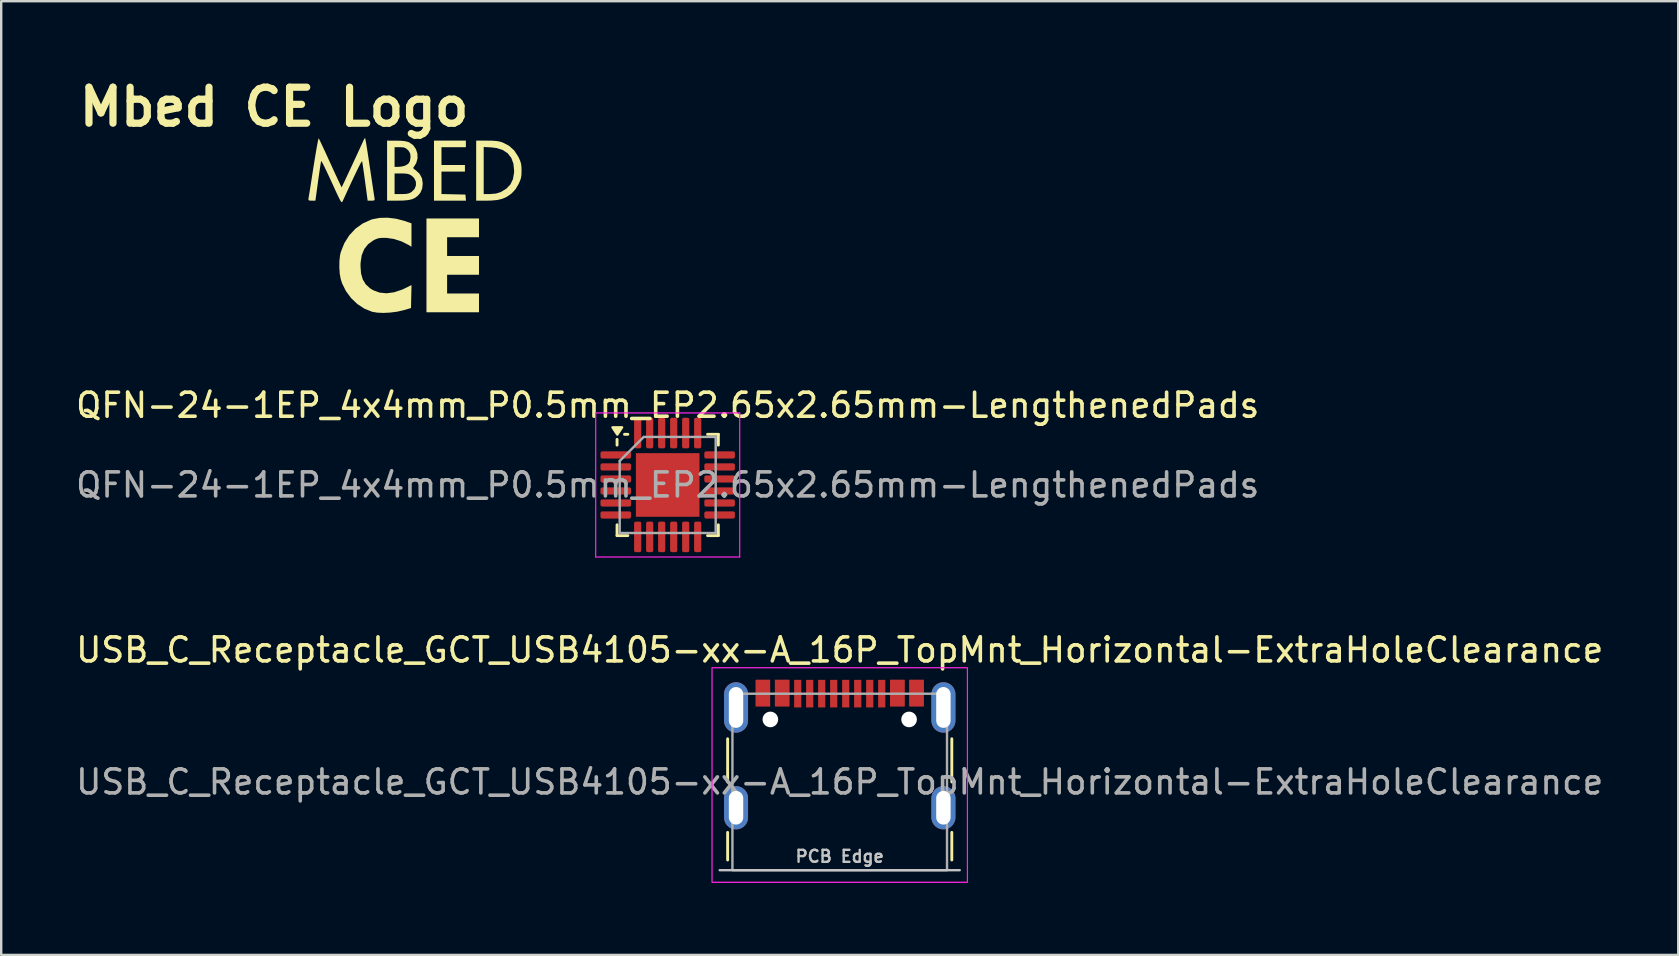
<source format=kicad_pcb>
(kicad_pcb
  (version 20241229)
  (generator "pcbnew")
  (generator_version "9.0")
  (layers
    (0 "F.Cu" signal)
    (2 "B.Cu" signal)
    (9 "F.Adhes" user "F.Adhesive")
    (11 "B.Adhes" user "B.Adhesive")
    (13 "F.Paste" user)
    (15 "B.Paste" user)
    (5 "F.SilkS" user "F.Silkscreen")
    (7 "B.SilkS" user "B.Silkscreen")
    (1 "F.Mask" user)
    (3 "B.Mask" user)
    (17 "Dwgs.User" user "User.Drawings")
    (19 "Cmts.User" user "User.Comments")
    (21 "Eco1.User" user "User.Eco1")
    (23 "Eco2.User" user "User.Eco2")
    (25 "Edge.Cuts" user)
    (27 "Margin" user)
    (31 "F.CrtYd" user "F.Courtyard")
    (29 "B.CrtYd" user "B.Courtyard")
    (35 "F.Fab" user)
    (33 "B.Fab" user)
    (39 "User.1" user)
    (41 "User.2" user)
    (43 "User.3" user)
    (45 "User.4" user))
  (footprint "USB_C_Receptacle_GCT_USB4105-xx-A_16P_TopMnt_Horizontal-ExtraHoleClearance"
    (layer "F.Cu")
    (at 31.935 29.529)
    (property "Reference" "USB_C_Receptacle_GCT_USB4105-xx-A_16P_TopMnt_Horizontal-ExtraHoleClearance" (at 0 -5.5 0) (unlocked yes) (layer "F.SilkS") (effects (font (size 1 1) (thickness 0.15))))
    (attr smd)
    (fp_line (start -4.67 0) (end -4.67 -1.8) (stroke (width 0.12) (type solid)) (layer "F.SilkS"))
    (fp_line (start -4.67 2.1) (end -4.67 3.25) (stroke (width 0.12) (type solid)) (layer "F.SilkS"))
    (fp_line (start 4.67 0) (end 4.67 -1.8) (stroke (width 0.12) (type solid)) (layer "F.SilkS"))
    (fp_line (start 4.67 2.1) (end 4.67 3.25) (stroke (width 0.12) (type solid)) (layer "F.SilkS"))
    (fp_line (start 5 3.675) (end -5 3.675) (stroke (width 0.1) (type solid)) (layer "Dwgs.User"))
    (fp_rect (start -5.32 -4.76) (end 5.32 4.18) (stroke (width 0.05) (type solid)) (fill no) (layer "F.CrtYd"))
    (fp_rect (start -4.47 -3.675) (end 4.47 3.675) (stroke (width 0.1) (type solid)) (fill no) (layer "F.Fab"))
    (fp_text user "PCB Edge" (at 0 3.1 0) (unlocked yes) (layer "Dwgs.User") (effects (font (size 0.5 0.5) (thickness 0.1))))
    (fp_text user "${REFERENCE}" (at 0 0 0) (unlocked yes) (layer "F.Fab") (effects (font (size 1 1) (thickness 0.15))))
    (pad "" np_thru_hole circle (at -2.89 -2.605) (size 0.65 0.65) (drill 0.65) (layers "*.Cu" "*.Mask"))
    (pad "" np_thru_hole circle (at 2.89 -2.605) (size 0.65 0.65) (drill 0.65) (layers "*.Cu" "*.Mask"))
    (pad "A1" smd rect (at -3.2 -3.703) (size 0.6 1.105) (layers "F.Cu" "F.Mask" "F.Paste"))
    (pad "A4" smd rect (at -2.4 -3.703) (size 0.6 1.105) (layers "F.Cu" "F.Mask" "F.Paste"))
    (pad "A5" smd rect (at -1.25 -3.68) (size 0.3 1.15) (layers "F.Cu" "F.Mask" "F.Paste"))
    (pad "A6" smd rect (at -0.25 -3.68) (size 0.3 1.15) (layers "F.Cu" "F.Mask" "F.Paste"))
    (pad "A7" smd rect (at 0.25 -3.68) (size 0.3 1.15) (layers "F.Cu" "F.Mask" "F.Paste"))
    (pad "A8" smd rect (at 1.25 -3.68) (size 0.3 1.15) (layers "F.Cu" "F.Mask" "F.Paste"))
    (pad "A9" smd rect (at 2.4 -3.703) (size 0.6 1.105) (layers "F.Cu" "F.Mask" "F.Paste"))
    (pad "A12" smd rect (at 3.2 -3.703) (size 0.6 1.105) (layers "F.Cu" "F.Mask" "F.Paste"))
    (pad "B1" smd rect (at 3.2 -3.703) (size 0.6 1.105) (layers "F.Cu" "F.Mask" "F.Paste"))
    (pad "B4" smd rect (at 2.4 -3.703) (size 0.6 1.105) (layers "F.Cu" "F.Mask" "F.Paste"))
    (pad "B5" smd rect (at 1.75 -3.68) (size 0.3 1.15) (layers "F.Cu" "F.Mask" "F.Paste"))
    (pad "B6" smd rect (at 0.75 -3.68) (size 0.3 1.15) (layers "F.Cu" "F.Mask" "F.Paste"))
    (pad "B7" smd rect (at -0.75 -3.68) (size 0.3 1.15) (layers "F.Cu" "F.Mask" "F.Paste"))
    (pad "B8" smd rect (at -1.75 -3.68) (size 0.3 1.15) (layers "F.Cu" "F.Mask" "F.Paste"))
    (pad "B9" smd rect (at -2.4 -3.703) (size 0.6 1.105) (layers "F.Cu" "F.Mask" "F.Paste"))
    (pad "B12" smd rect (at -3.2 -3.703) (size 0.6 1.105) (layers "F.Cu" "F.Mask" "F.Paste"))
    (pad "S1" thru_hole oval (at -4.32 -3.105) (size 1 2.1) (drill oval 0.6 1.7) (layers "*.Cu" "*.Mask" "F.Paste"))
    (pad "S1" thru_hole oval (at -4.32 1.075) (size 1 1.8) (drill oval 0.6 1.4) (layers "*.Cu" "*.Mask" "F.Paste"))
    (pad "S1" thru_hole oval (at 4.32 -3.105) (size 1 2.1) (drill oval 0.6 1.7) (layers "*.Cu" "*.Mask" "F.Paste"))
    (pad "S1" thru_hole oval (at 4.32 1.075) (size 1 1.8) (drill oval 0.6 1.4) (layers "*.Cu" "*.Mask" "F.Paste")))
  (footprint "Mbed CE Logo"
    (layer "F.Cu")
    (at 14.171 6.404)
    (property "Reference" "Mbed CE Logo" (at -5.8 -5 0) (layer "F.SilkS") (effects (font (size 1.5 1.5) (thickness 0.3))))
    (attr board_only exclude_from_pos_files exclude_from_bom)
    (fp_poly (pts (xy 2.188 -3.458) (xy 2.188 -3.322) (xy 1.68 -3.322) (xy 1.172 -3.322) (xy 1.172 -2.95) (xy 1.172 -2.579) (xy 1.661 -2.579) (xy 2.149 -2.579) (xy 2.149 -2.442) (xy 2.149 -2.306) (xy 1.661 -2.306) (xy 1.172 -2.306) (xy 1.172 -1.838) (xy 1.172 -1.37) (xy 1.671 -1.359) (xy 2.169 -1.348) (xy 2.181 -1.221) (xy 2.193 -1.094) (xy 1.526 -1.094) (xy 0.86 -1.094) (xy 0.86 -2.345) (xy 0.86 -3.595) (xy 1.524 -3.595) (xy 2.188 -3.595)) (stroke (width 0) (type solid)) (fill yes) (layer "F.SilkS"))
    (fp_poly (pts (xy 2.735 0.039) (xy 2.735 0.43) (xy 2.071 0.43) (xy 1.407 0.43) (xy 1.407 0.821) (xy 1.407 1.211) (xy 2.071 1.211) (xy 2.735 1.211) (xy 2.735 1.602) (xy 2.735 1.993) (xy 2.071 1.993) (xy 1.407 1.993) (xy 1.407 2.384) (xy 1.407 2.774) (xy 2.071 2.774) (xy 2.735 2.774) (xy 2.735 3.165) (xy 2.735 3.556) (xy 1.641 3.556) (xy 0.547 3.556) (xy 0.547 1.602) (xy 0.547 -0.352) (xy 1.641 -0.352) (xy 2.735 -0.352)) (stroke (width 0) (type solid)) (fill yes) (layer "F.SilkS"))
    (fp_poly (pts (xy 3.292 -3.592) (xy 3.461 -3.579) (xy 3.596 -3.556) (xy 3.717 -3.519) (xy 3.724 -3.517) (xy 3.988 -3.38) (xy 4.203 -3.184) (xy 4.372 -2.926) (xy 4.382 -2.906) (xy 4.45 -2.756) (xy 4.488 -2.631) (xy 4.505 -2.494) (xy 4.508 -2.345) (xy 4.504 -2.171) (xy 4.484 -2.038) (xy 4.441 -1.911) (xy 4.381 -1.78) (xy 4.254 -1.567) (xy 4.102 -1.403) (xy 4.058 -1.367) (xy 3.889 -1.252) (xy 3.709 -1.172) (xy 3.501 -1.122) (xy 3.246 -1.098) (xy 3.041 -1.094) (xy 2.618 -1.094) (xy 2.618 -2.345) (xy 2.618 -3.33) (xy 2.931 -3.33) (xy 2.931 -2.349) (xy 2.931 -1.368) (xy 3.195 -1.369) (xy 3.446 -1.39) (xy 3.634 -1.449) (xy 3.872 -1.59) (xy 4.044 -1.77) (xy 4.151 -1.993) (xy 4.197 -2.263) (xy 4.199 -2.345) (xy 4.169 -2.636) (xy 4.08 -2.877) (xy 3.932 -3.066) (xy 3.727 -3.203) (xy 3.464 -3.287) (xy 3.234 -3.315) (xy 2.931 -3.33) (xy 2.618 -3.33) (xy 2.618 -3.595) (xy 3.066 -3.595)) (stroke (width 0) (type solid)) (fill yes) (layer "F.SilkS"))
    (fp_poly (pts (xy -0.719 -0.342) (xy -0.381 -0.253) (xy -0.078 -0.149) (xy -0.078 0.339) (xy -0.078 0.827) (xy -0.209 0.746) (xy -0.497 0.602) (xy -0.81 0.502) (xy -1.118 0.457) (xy -1.172 0.455) (xy -1.34 0.458) (xy -1.462 0.475) (xy -1.572 0.514) (xy -1.669 0.563) (xy -1.887 0.721) (xy -2.047 0.925) (xy -2.15 1.179) (xy -2.198 1.485) (xy -2.202 1.622) (xy -2.18 1.931) (xy -2.109 2.185) (xy -1.985 2.39) (xy -1.805 2.556) (xy -1.678 2.635) (xy -1.411 2.736) (xy -1.118 2.765) (xy -0.8 2.723) (xy -0.462 2.61) (xy -0.312 2.54) (xy -0.076 2.42) (xy -0.087 2.9) (xy -0.098 3.38) (xy -0.41 3.471) (xy -0.677 3.532) (xy -0.966 3.569) (xy -1.253 3.583) (xy -1.514 3.571) (xy -1.719 3.535) (xy -2.037 3.407) (xy -2.332 3.214) (xy -2.593 2.966) (xy -2.808 2.675) (xy -2.968 2.353) (xy -3.027 2.167) (xy -3.067 1.945) (xy -3.084 1.687) (xy -3.08 1.423) (xy -3.054 1.184) (xy -3.024 1.052) (xy -2.876 0.679) (xy -2.67 0.351) (xy -2.412 0.074) (xy -2.108 -0.145) (xy -1.763 -0.301) (xy -1.709 -0.318) (xy -1.408 -0.376) (xy -1.07 -0.384)) (stroke (width 0) (type solid)) (fill yes) (layer "F.SilkS"))
    (fp_poly (pts (xy -0.713 -3.594) (xy -0.498 -3.589) (xy -0.34 -3.571) (xy -0.219 -3.54) (xy -0.172 -3.521) (xy -0.01 -3.407) (xy 0.105 -3.247) (xy 0.168 -3.058) (xy 0.175 -2.857) (xy 0.122 -2.664) (xy 0.044 -2.536) (xy -0.000013 -2.475) (xy 0.003 -2.434) (xy 0.061 -2.386) (xy 0.092 -2.366) (xy 0.261 -2.212) (xy 0.36 -2.024) (xy 0.391 -1.809) (xy 0.367 -1.593) (xy 0.291 -1.42) (xy 0.189 -1.301) (xy 0.078 -1.215) (xy -0.05 -1.155) (xy -0.21 -1.118) (xy -0.418 -1.099) (xy -0.644 -1.094) (xy -1.094 -1.094) (xy -1.094 -2.227) (xy -0.782 -2.227) (xy -0.782 -1.798) (xy -0.782 -1.368) (xy -0.494 -1.368) (xy -0.327 -1.373) (xy -0.21 -1.392) (xy -0.118 -1.43) (xy -0.074 -1.457) (xy 0.05 -1.581) (xy 0.109 -1.731) (xy 0.104 -1.888) (xy 0.034 -2.036) (xy -0.075 -2.138) (xy -0.165 -2.188) (xy -0.266 -2.215) (xy -0.405 -2.226) (xy -0.494 -2.227) (xy -0.782 -2.227) (xy -1.094 -2.227) (xy -1.094 -2.345) (xy -1.094 -3.322) (xy -0.782 -3.322) (xy -0.782 -2.911) (xy -0.782 -2.501) (xy -0.624 -2.501) (xy -0.482 -2.516) (xy -0.346 -2.552) (xy -0.334 -2.556) (xy -0.211 -2.632) (xy -0.142 -2.742) (xy -0.118 -2.902) (xy -0.117 -2.931) (xy -0.134 -3.065) (xy -0.196 -3.17) (xy -0.231 -3.207) (xy -0.311 -3.276) (xy -0.393 -3.31) (xy -0.511 -3.321) (xy -0.564 -3.322) (xy -0.782 -3.322) (xy -1.094 -3.322) (xy -1.094 -3.595)) (stroke (width 0) (type solid)) (fill yes) (layer "F.SilkS"))
    (fp_poly (pts (xy -2.008 -3.701) (xy -1.998 -3.659) (xy -1.978 -3.549) (xy -1.95 -3.382) (xy -1.915 -3.165) (xy -1.876 -2.91) (xy -1.833 -2.626) (xy -1.816 -2.515) (xy -1.772 -2.216) (xy -1.73 -1.937) (xy -1.693 -1.688) (xy -1.662 -1.481) (xy -1.638 -1.326) (xy -1.624 -1.235) (xy -1.621 -1.221) (xy -1.611 -1.139) (xy -1.633 -1.103) (xy -1.705 -1.094) (xy -1.751 -1.094) (xy -1.904 -1.094) (xy -2.01 -1.885) (xy -2.043 -2.128) (xy -2.074 -2.346) (xy -2.1 -2.527) (xy -2.12 -2.659) (xy -2.133 -2.728) (xy -2.134 -2.733) (xy -2.152 -2.724) (xy -2.193 -2.658) (xy -2.259 -2.533) (xy -2.35 -2.348) (xy -2.469 -2.099) (xy -2.617 -1.785) (xy -2.793 -1.404) (xy -2.942 -1.079) (xy -2.959 -1.046) (xy -2.976 -1.031) (xy -2.998 -1.04) (xy -3.03 -1.08) (xy -3.074 -1.159) (xy -3.136 -1.284) (xy -3.219 -1.461) (xy -3.327 -1.698) (xy -3.407 -1.873) (xy -3.52 -2.117) (xy -3.622 -2.334) (xy -3.709 -2.514) (xy -3.778 -2.649) (xy -3.823 -2.73) (xy -3.839 -2.748) (xy -3.85 -2.702) (xy -3.869 -2.589) (xy -3.894 -2.423) (xy -3.925 -2.216) (xy -3.959 -1.978) (xy -3.969 -1.905) (xy -4.08 -1.094) (xy -4.233 -1.094) (xy -4.331 -1.098) (xy -4.37 -1.121) (xy -4.37 -1.178) (xy -4.366 -1.202) (xy -4.355 -1.266) (xy -4.333 -1.398) (xy -4.303 -1.585) (xy -4.266 -1.819) (xy -4.224 -2.088) (xy -4.178 -2.383) (xy -4.158 -2.508) (xy -4.111 -2.803) (xy -4.067 -3.07) (xy -4.027 -3.302) (xy -3.993 -3.487) (xy -3.967 -3.618) (xy -3.95 -3.685) (xy -3.946 -3.692) (xy -3.924 -3.654) (xy -3.874 -3.554) (xy -3.801 -3.4) (xy -3.709 -3.203) (xy -3.602 -2.971) (xy -3.484 -2.713) (xy -3.459 -2.659) (xy -3.34 -2.398) (xy -3.232 -2.163) (xy -3.139 -1.962) (xy -3.064 -1.804) (xy -3.012 -1.698) (xy -2.988 -1.652) (xy -2.987 -1.651) (xy -2.968 -1.687) (xy -2.922 -1.784) (xy -2.853 -1.929) (xy -2.768 -2.112) (xy -2.67 -2.321) (xy -2.565 -2.545) (xy -2.459 -2.773) (xy -2.357 -2.994) (xy -2.263 -3.197) (xy -2.183 -3.371) (xy -2.122 -3.504) (xy -2.086 -3.585) (xy -2.084 -3.59) (xy -2.043 -3.67) (xy -2.012 -3.703)) (stroke (width 0) (type solid)) (fill yes) (layer "F.SilkS")))
  (footprint "QFN-24-1EP_4x4mm_P0.5mm_EP2.65x2.65mm-LengthenedPads"
    (layer "F.Cu")
    (at 24.768 17.155)
    (property "Reference" "QFN-24-1EP_4x4mm_P0.5mm_EP2.65x2.65mm-LengthenedPads" (at 0 -3.32 0) (layer "F.SilkS") (effects (font (size 1 1) (thickness 0.15))))
    (attr smd)
    (fp_line (start -2.11 -1.66) (end -2.11 -1.9) (stroke (width 0.12) (type solid)) (layer "F.SilkS"))
    (fp_line (start -2.11 2.11) (end -2.11 1.66) (stroke (width 0.12) (type solid)) (layer "F.SilkS"))
    (fp_line (start -1.8 -2.11) (end -1.66 -2.11) (stroke (width 0.12) (type solid)) (layer "F.SilkS"))
    (fp_line (start -1.66 2.11) (end -2.11 2.11) (stroke (width 0.12) (type solid)) (layer "F.SilkS"))
    (fp_line (start 1.66 -2.11) (end 2.11 -2.11) (stroke (width 0.12) (type solid)) (layer "F.SilkS"))
    (fp_line (start 1.66 2.11) (end 2.11 2.11) (stroke (width 0.12) (type solid)) (layer "F.SilkS"))
    (fp_line (start 2.11 -2.11) (end 2.11 -1.66) (stroke (width 0.12) (type solid)) (layer "F.SilkS"))
    (fp_line (start 2.11 2.11) (end 2.11 1.66) (stroke (width 0.12) (type solid)) (layer "F.SilkS"))
    (fp_poly (pts (xy -2.1 -2.1) (xy -1.9 -2.4) (xy -2.3 -2.4)) (stroke (width 0.1) (type solid)) (fill yes) (layer "F.SilkS"))
    (fp_line (start -3 -3) (end -3 3) (stroke (width 0.05) (type solid)) (layer "F.CrtYd"))
    (fp_line (start -3 3) (end 3 3) (stroke (width 0.05) (type solid)) (layer "F.CrtYd"))
    (fp_line (start 3 -3) (end -3 -3) (stroke (width 0.05) (type solid)) (layer "F.CrtYd"))
    (fp_line (start 3 3) (end 3 -3) (stroke (width 0.05) (type solid)) (layer "F.CrtYd"))
    (fp_line (start -2 -1) (end -1 -2) (stroke (width 0.1) (type solid)) (layer "F.Fab"))
    (fp_line (start -2 2) (end -2 -1) (stroke (width 0.1) (type solid)) (layer "F.Fab"))
    (fp_line (start -1 -2) (end 2 -2) (stroke (width 0.1) (type solid)) (layer "F.Fab"))
    (fp_line (start 2 -2) (end 2 2) (stroke (width 0.1) (type solid)) (layer "F.Fab"))
    (fp_line (start 2 2) (end -2 2) (stroke (width 0.1) (type solid)) (layer "F.Fab"))
    (fp_text user "${REFERENCE}" (at 0 0 0) (layer "F.Fab") (effects (font (size 1 1) (thickness 0.15))))
    (pad "" smd roundrect (at -0.66 -0.66) (size 1.07 1.07) (layers "F.Paste") (roundrect_rratio 0.234))
    (pad "" smd roundrect (at -0.66 0.66) (size 1.07 1.07) (layers "F.Paste") (roundrect_rratio 0.234))
    (pad "" smd roundrect (at 0.66 -0.66) (size 1.07 1.07) (layers "F.Paste") (roundrect_rratio 0.234))
    (pad "" smd roundrect (at 0.66 0.66) (size 1.07 1.07) (layers "F.Paste") (roundrect_rratio 0.234))
    (pad "1" smd roundrect (at -2.163 -1.25) (size 1.275 0.3) (layers "F.Cu" "F.Mask" "F.Paste") (roundrect_rratio 0.25))
    (pad "2" smd roundrect (at -2.163 -0.75) (size 1.275 0.3) (layers "F.Cu" "F.Mask" "F.Paste") (roundrect_rratio 0.25))
    (pad "3" smd roundrect (at -2.163 -0.25) (size 1.275 0.3) (layers "F.Cu" "F.Mask" "F.Paste") (roundrect_rratio 0.25))
    (pad "4" smd roundrect (at -2.163 0.25) (size 1.275 0.3) (layers "F.Cu" "F.Mask" "F.Paste") (roundrect_rratio 0.25))
    (pad "5" smd roundrect (at -2.163 0.75) (size 1.275 0.3) (layers "F.Cu" "F.Mask" "F.Paste") (roundrect_rratio 0.25))
    (pad "6" smd roundrect (at -2.163 1.25) (size 1.275 0.3) (layers "F.Cu" "F.Mask" "F.Paste") (roundrect_rratio 0.25))
    (pad "7" smd roundrect (at -1.25 2.163) (size 0.3 1.275) (layers "F.Cu" "F.Mask" "F.Paste") (roundrect_rratio 0.25))
    (pad "8" smd roundrect (at -0.75 2.163) (size 0.3 1.275) (layers "F.Cu" "F.Mask" "F.Paste") (roundrect_rratio 0.25))
    (pad "9" smd roundrect (at -0.25 2.163) (size 0.3 1.275) (layers "F.Cu" "F.Mask" "F.Paste") (roundrect_rratio 0.25))
    (pad "10" smd roundrect (at 0.25 2.163) (size 0.3 1.275) (layers "F.Cu" "F.Mask" "F.Paste") (roundrect_rratio 0.25))
    (pad "11" smd roundrect (at 0.75 2.163) (size 0.3 1.275) (layers "F.Cu" "F.Mask" "F.Paste") (roundrect_rratio 0.25))
    (pad "12" smd roundrect (at 1.25 2.163) (size 0.3 1.275) (layers "F.Cu" "F.Mask" "F.Paste") (roundrect_rratio 0.25))
    (pad "13" smd roundrect (at 2.163 1.25) (size 1.275 0.3) (layers "F.Cu" "F.Mask" "F.Paste") (roundrect_rratio 0.25))
    (pad "14" smd roundrect (at 2.163 0.75) (size 1.275 0.3) (layers "F.Cu" "F.Mask" "F.Paste") (roundrect_rratio 0.25))
    (pad "15" smd roundrect (at 2.163 0.25) (size 1.275 0.3) (layers "F.Cu" "F.Mask" "F.Paste") (roundrect_rratio 0.25))
    (pad "16" smd roundrect (at 2.163 -0.25) (size 1.275 0.3) (layers "F.Cu" "F.Mask" "F.Paste") (roundrect_rratio 0.25))
    (pad "17" smd roundrect (at 2.163 -0.75) (size 1.275 0.3) (layers "F.Cu" "F.Mask" "F.Paste") (roundrect_rratio 0.25))
    (pad "18" smd roundrect (at 2.163 -1.25) (size 1.275 0.3) (layers "F.Cu" "F.Mask" "F.Paste") (roundrect_rratio 0.25))
    (pad "19" smd roundrect (at 1.25 -2.163) (size 0.3 1.275) (layers "F.Cu" "F.Mask" "F.Paste") (roundrect_rratio 0.25))
    (pad "20" smd roundrect (at 0.75 -2.163) (size 0.3 1.275) (layers "F.Cu" "F.Mask" "F.Paste") (roundrect_rratio 0.25))
    (pad "21" smd roundrect (at 0.25 -2.163) (size 0.3 1.275) (layers "F.Cu" "F.Mask" "F.Paste") (roundrect_rratio 0.25))
    (pad "22" smd roundrect (at -0.25 -2.163) (size 0.3 1.275) (layers "F.Cu" "F.Mask" "F.Paste") (roundrect_rratio 0.25))
    (pad "23" smd roundrect (at -0.75 -2.163) (size 0.3 1.275) (layers "F.Cu" "F.Mask" "F.Paste") (roundrect_rratio 0.25))
    (pad "24" smd roundrect (at -1.25 -2.163) (size 0.3 1.275) (layers "F.Cu" "F.Mask" "F.Paste") (roundrect_rratio 0.25))
    (pad "25" smd rect (at 0 0) (size 2.65 2.65) (layers "F.Cu" "F.Mask")))
  (gr_rect
    (start -3 -3)
    (end 66.869 36.734)
    (stroke (width 0.1) (type default))
    (fill no)
    (layer "Edge.Cuts")))
</source>
